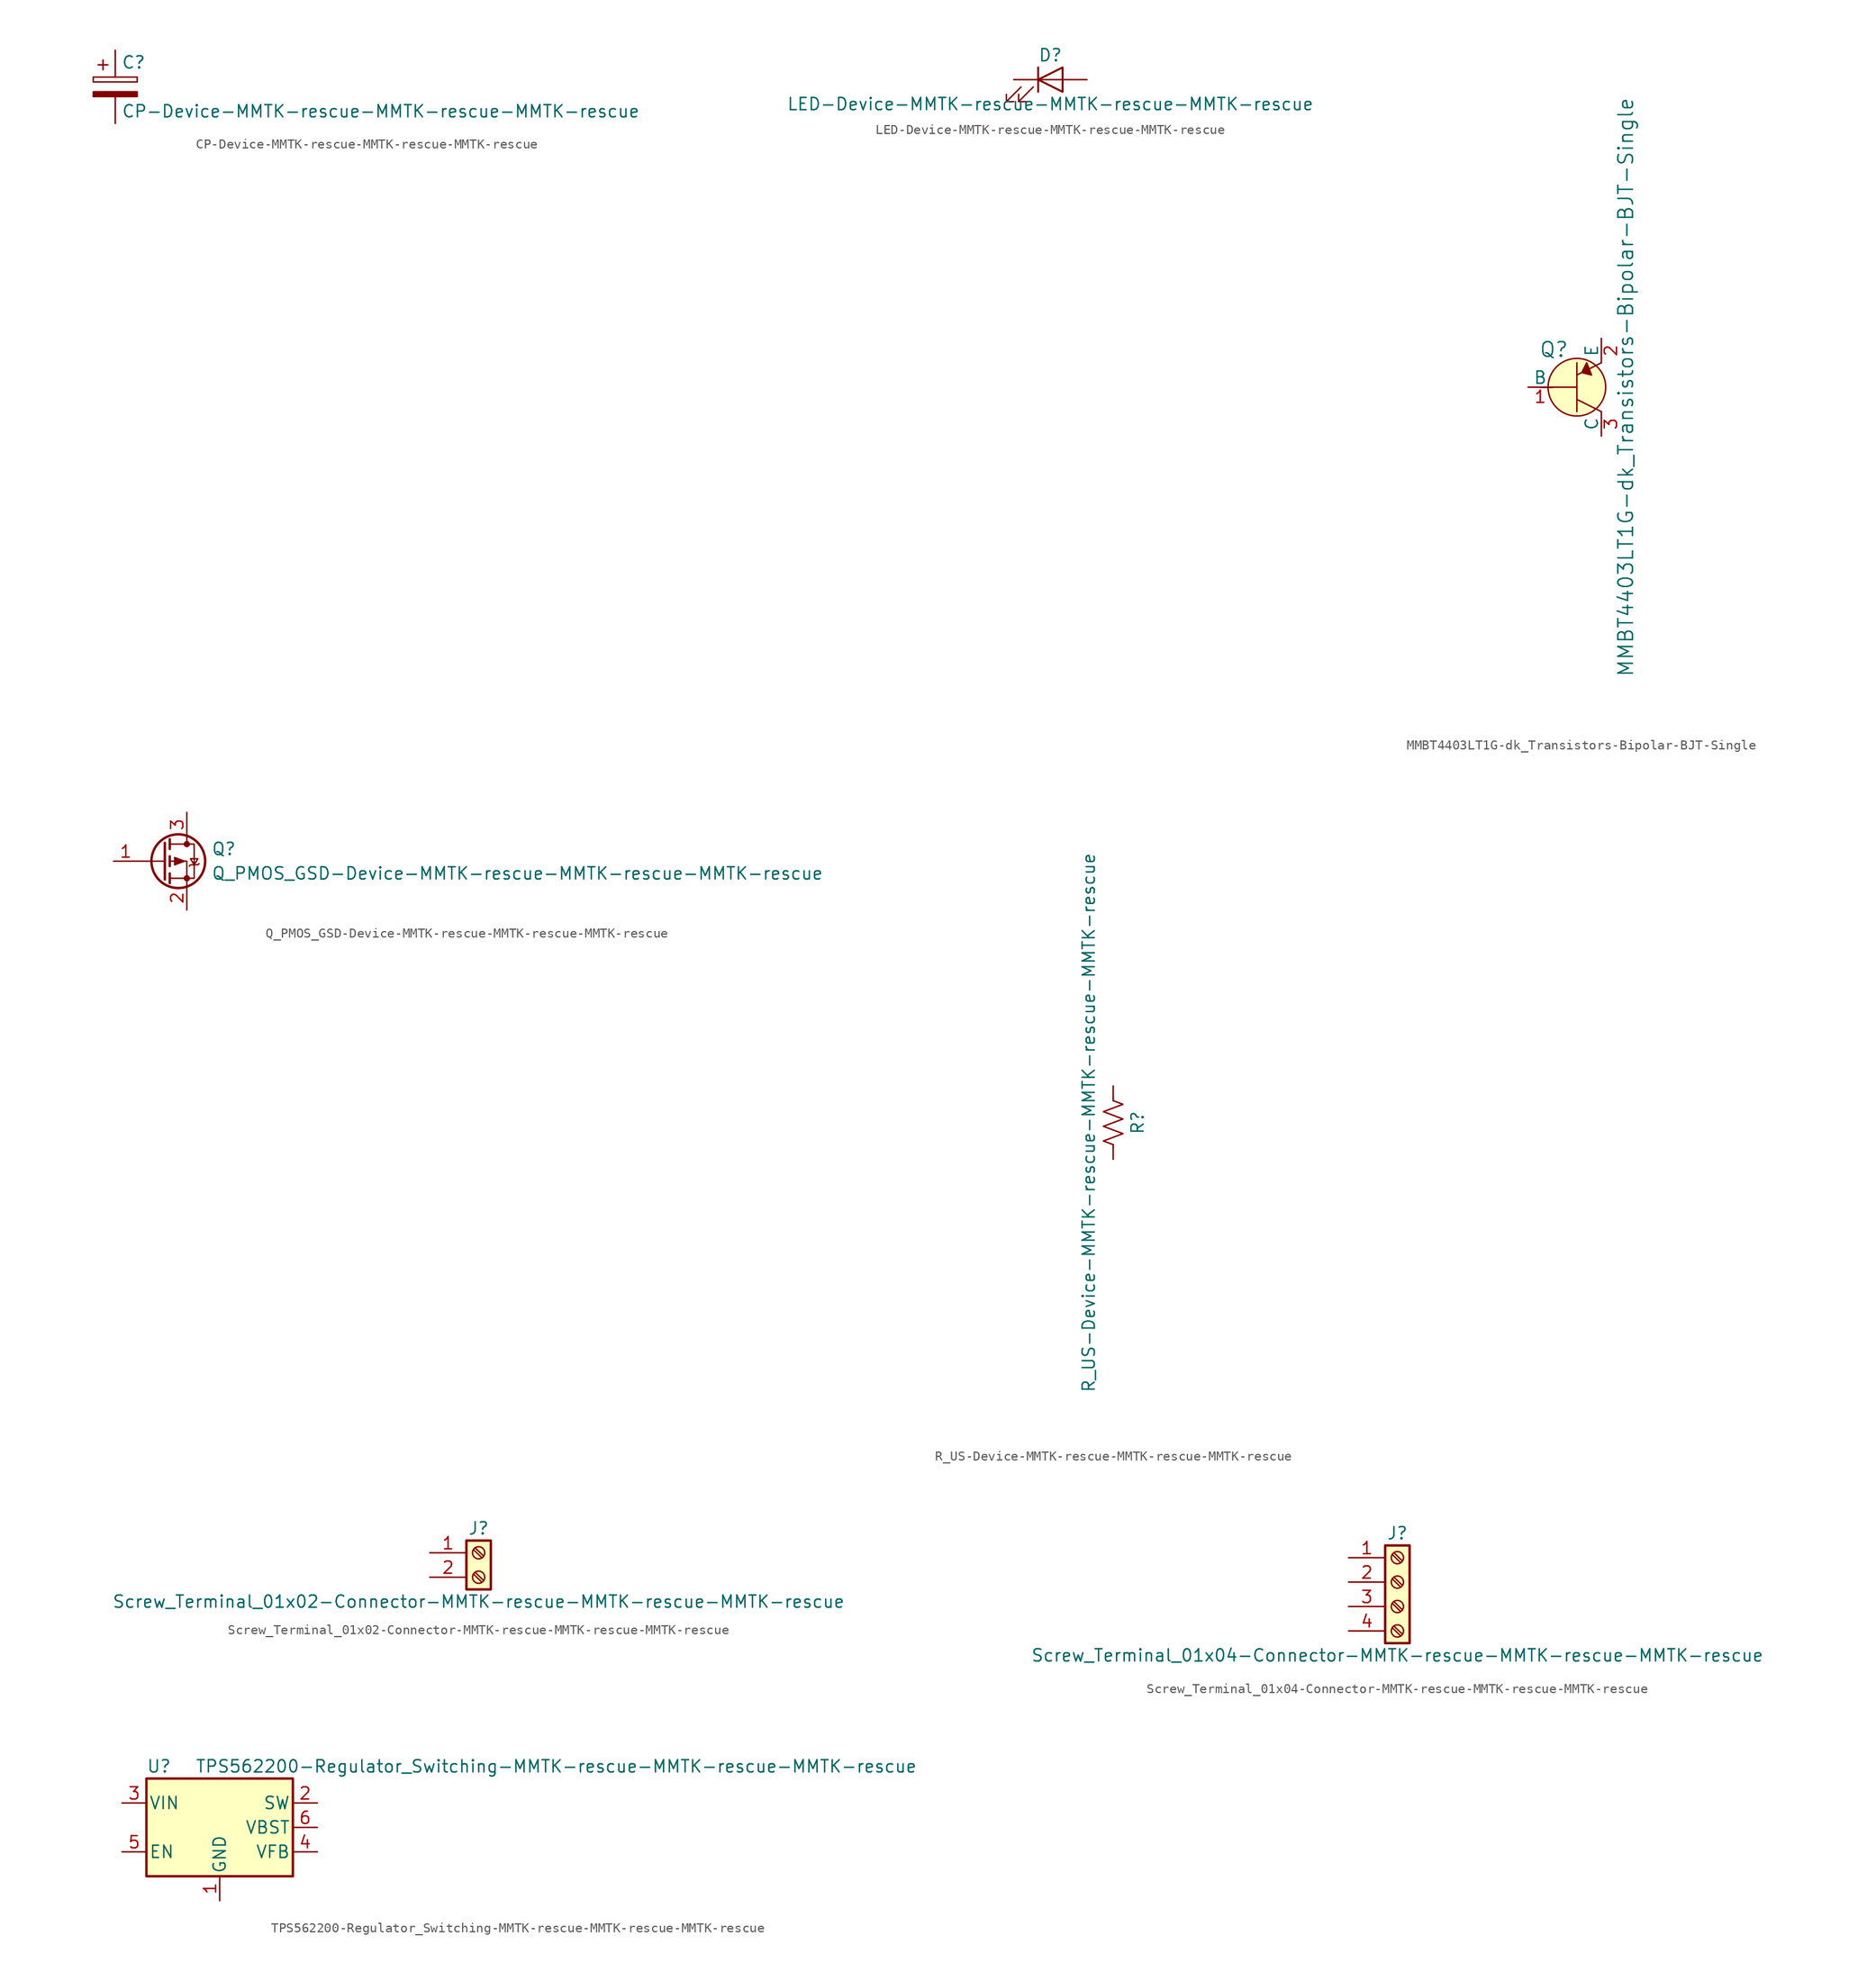
<source format=kicad_sym>
(kicad_symbol_lib
  (version 20211014)
  (generator kicad_symbol_editor)
  (symbol "CP-Device-MMTK-rescue-MMTK-rescue-MMTK-rescue"
    (pin_numbers hide)
    (pin_names
      (offset 0.254))
    (property "Reference" "C"
      (at 0.635 2.54 0)
      (effects (font (size 1.27 1.27)) (justify left)))
    (property "Value" "CP-Device-MMTK-rescue-MMTK-rescue-MMTK-rescue"
      (at 0.635 -2.54 0)
      (effects (font (size 1.27 1.27)) (justify left)))
    (symbol "CP-Device-MMTK-rescue-MMTK-rescue-MMTK-rescue_0_1"
      (rectangle (start -2.286 0.508) (end 2.286 1.016) (stroke (width 0) (type default) (color 0 0 0 0)) (fill (type none)))
      (polyline (pts (xy -1.778 2.286) (xy -0.762 2.286)) (stroke (width 0) (type default) (color 0 0 0 0)) (fill (type none)))
      (polyline (pts (xy -1.27 2.794) (xy -1.27 1.778)) (stroke (width 0) (type default) (color 0 0 0 0)) (fill (type none)))
      (rectangle (start 2.286 -0.508) (end -2.286 -1.016) (stroke (width 0) (type default) (color 0 0 0 0)) (fill (type outline))))
    (symbol "CP-Device-MMTK-rescue-MMTK-rescue-MMTK-rescue_1_1"
      (pin passive line (at 0 3.81 270) (length 2.794) (name "~" (effects (font (size 1.27 1.27)))) (number "1" (effects (font (size 1.27 1.27)))))
      (pin passive line (at 0 -3.81 90) (length 2.794) (name "~" (effects (font (size 1.27 1.27)))) (number "2" (effects (font (size 1.27 1.27)))))))
  (symbol "LED-Device-MMTK-rescue-MMTK-rescue-MMTK-rescue"
    (pin_numbers hide)
    (pin_names
      (offset 1.016) hide)
    (property "Reference" "D"
      (at 0 2.54 0)
      (effects (font (size 1.27 1.27))))
    (property "Value" "LED-Device-MMTK-rescue-MMTK-rescue-MMTK-rescue"
      (at 0 -2.54 0)
      (effects (font (size 1.27 1.27))))
    (symbol "LED-Device-MMTK-rescue-MMTK-rescue-MMTK-rescue_0_1"
      (polyline (pts (xy -1.27 -1.27) (xy -1.27 1.27)) (stroke (width 0.203) (type default) (color 0 0 0 0)) (fill (type none)))
      (polyline (pts (xy -1.27 0) (xy 1.27 0)) (stroke (width 0) (type default) (color 0 0 0 0)) (fill (type none)))
      (polyline (pts (xy 1.27 -1.27) (xy 1.27 1.27) (xy -1.27 0) (xy 1.27 -1.27)) (stroke (width 0.203) (type default) (color 0 0 0 0)) (fill (type none)))
      (polyline (pts (xy -3.048 -0.762) (xy -4.572 -2.286) (xy -3.81 -2.286) (xy -4.572 -2.286) (xy -4.572 -1.524)) (stroke (width 0) (type default) (color 0 0 0 0)) (fill (type none)))
      (polyline (pts (xy -1.778 -0.762) (xy -3.302 -2.286) (xy -2.54 -2.286) (xy -3.302 -2.286) (xy -3.302 -1.524)) (stroke (width 0) (type default) (color 0 0 0 0)) (fill (type none))))
    (symbol "LED-Device-MMTK-rescue-MMTK-rescue-MMTK-rescue_1_1"
      (pin passive line (at -3.81 0 0) (length 2.54) (name "K" (effects (font (size 1.27 1.27)))) (number "1" (effects (font (size 1.27 1.27)))))
      (pin passive line (at 3.81 0 180) (length 2.54) (name "A" (effects (font (size 1.27 1.27)))) (number "2" (effects (font (size 1.27 1.27)))))))
  (symbol "MMBT4403LT1G-dk_Transistors-Bipolar-BJT-Single"
    (pin_names
      (offset 0))
    (property "Reference" "Q"
      (at -2.388 3.912 0)
      (effects (font (size 1.524 1.524))))
    (property "Value" "MMBT4403LT1G-dk_Transistors-Bipolar-BJT-Single"
      (at 5.08 0 90)
      (effects (font (size 1.524 1.524))))
    (symbol "MMBT4403LT1G-dk_Transistors-Bipolar-BJT-Single_0_1"
      (polyline (pts (xy -3.81 0) (xy -2.54 0)) (stroke (width 0) (type default) (color 0 0 0 0)) (fill (type none)))
      (polyline (pts (xy -3.556 0) (xy 0 0)) (stroke (width 0) (type default) (color 0 0 0 0)) (fill (type none)))
      (polyline (pts (xy 0 -1.27) (xy 2.54 -2.54)) (stroke (width 0) (type default) (color 0 0 0 0)) (fill (type none)))
      (polyline (pts (xy 0 1.27) (xy 2.54 2.54)) (stroke (width 0) (type default) (color 0 0 0 0)) (fill (type none)))
      (polyline (pts (xy 0 2.54) (xy 0 -2.54)) (stroke (width 0) (type default) (color 0 0 0 0)) (fill (type none)))
      (polyline (pts (xy 1.016 2.54) (xy 0.508 1.524) (xy 1.524 1.27) (xy 1.016 2.54)) (stroke (width 0) (type default) (color 0 0 0 0)) (fill (type outline)))
      (circle (center 0 0) (radius 2.997) (stroke (width 0) (type default) (color 0 0 0 0)) (fill (type background))))
    (symbol "MMBT4403LT1G-dk_Transistors-Bipolar-BJT-Single_1_1"
      (pin input line (at -5.08 0 0) (length 2.54) (name "B" (effects (font (size 1.27 1.27)))) (number "1" (effects (font (size 1.27 1.27)))))
      (pin passive line (at 2.54 5.08 270) (length 2.54) (name "E" (effects (font (size 1.27 1.27)))) (number "2" (effects (font (size 1.27 1.27)))))
      (pin passive line (at 2.54 -5.08 90) (length 2.54) (name "C" (effects (font (size 1.27 1.27)))) (number "3" (effects (font (size 1.27 1.27)))))))
  (symbol "Q_PMOS_GSD-Device-MMTK-rescue-MMTK-rescue-MMTK-rescue"
    (pin_names
      (offset 0) hide)
    (property "Reference" "Q"
      (at 5.08 1.27 0)
      (effects (font (size 1.27 1.27)) (justify left)))
    (property "Value" "Q_PMOS_GSD-Device-MMTK-rescue-MMTK-rescue-MMTK-rescue"
      (at 5.08 -1.27 0)
      (effects (font (size 1.27 1.27)) (justify left)))
    (symbol "Q_PMOS_GSD-Device-MMTK-rescue-MMTK-rescue-MMTK-rescue_0_1"
      (polyline (pts (xy 0.254 0) (xy -2.54 0)) (stroke (width 0) (type default) (color 0 0 0 0)) (fill (type none)))
      (polyline (pts (xy 0.254 1.905) (xy 0.254 -1.905)) (stroke (width 0.254) (type default) (color 0 0 0 0)) (fill (type none)))
      (polyline (pts (xy 0.762 -1.27) (xy 0.762 -2.286)) (stroke (width 0.254) (type default) (color 0 0 0 0)) (fill (type none)))
      (polyline (pts (xy 0.762 0.508) (xy 0.762 -0.508)) (stroke (width 0.254) (type default) (color 0 0 0 0)) (fill (type none)))
      (polyline (pts (xy 0.762 2.286) (xy 0.762 1.27)) (stroke (width 0.254) (type default) (color 0 0 0 0)) (fill (type none)))
      (polyline (pts (xy 2.54 2.54) (xy 2.54 1.778)) (stroke (width 0) (type default) (color 0 0 0 0)) (fill (type none)))
      (polyline (pts (xy 2.54 -2.54) (xy 2.54 0) (xy 0.762 0)) (stroke (width 0) (type default) (color 0 0 0 0)) (fill (type none)))
      (polyline (pts (xy 0.762 1.778) (xy 3.302 1.778) (xy 3.302 -1.778) (xy 0.762 -1.778)) (stroke (width 0) (type default) (color 0 0 0 0)) (fill (type none)))
      (polyline (pts (xy 2.286 0) (xy 1.27 0.381) (xy 1.27 -0.381) (xy 2.286 0)) (stroke (width 0) (type default) (color 0 0 0 0)) (fill (type outline)))
      (polyline (pts (xy 2.794 -0.508) (xy 2.921 -0.381) (xy 3.683 -0.381) (xy 3.81 -0.254)) (stroke (width 0) (type default) (color 0 0 0 0)) (fill (type none)))
      (polyline (pts (xy 3.302 -0.381) (xy 2.921 0.254) (xy 3.683 0.254) (xy 3.302 -0.381)) (stroke (width 0) (type default) (color 0 0 0 0)) (fill (type none)))
      (circle (center 1.651 0) (radius 2.794) (stroke (width 0.254) (type default) (color 0 0 0 0)) (fill (type none)))
      (circle (center 2.54 -1.778) (radius 0.254) (stroke (width 0) (type default) (color 0 0 0 0)) (fill (type outline)))
      (circle (center 2.54 1.778) (radius 0.254) (stroke (width 0) (type default) (color 0 0 0 0)) (fill (type outline))))
    (symbol "Q_PMOS_GSD-Device-MMTK-rescue-MMTK-rescue-MMTK-rescue_1_1"
      (pin input line (at -5.08 0 0) (length 2.54) (name "G" (effects (font (size 1.27 1.27)))) (number "1" (effects (font (size 1.27 1.27)))))
      (pin passive line (at 2.54 -5.08 90) (length 2.54) (name "S" (effects (font (size 1.27 1.27)))) (number "2" (effects (font (size 1.27 1.27)))))
      (pin passive line (at 2.54 5.08 270) (length 2.54) (name "D" (effects (font (size 1.27 1.27)))) (number "3" (effects (font (size 1.27 1.27)))))))
  (symbol "R_US-Device-MMTK-rescue-MMTK-rescue-MMTK-rescue"
    (pin_numbers hide)
    (pin_names
      (offset 0))
    (property "Reference" "R"
      (at 2.54 0 90)
      (effects (font (size 1.27 1.27))))
    (property "Value" "R_US-Device-MMTK-rescue-MMTK-rescue-MMTK-rescue"
      (at -2.54 0 90)
      (effects (font (size 1.27 1.27))))
    (symbol "R_US-Device-MMTK-rescue-MMTK-rescue-MMTK-rescue_0_1"
      (polyline (pts (xy 0 -2.286) (xy 0 -2.54)) (stroke (width 0) (type default) (color 0 0 0 0)) (fill (type none)))
      (polyline (pts (xy 0 2.286) (xy 0 2.54)) (stroke (width 0) (type default) (color 0 0 0 0)) (fill (type none)))
      (polyline (pts (xy 0 -0.762) (xy 1.016 -1.143) (xy 0 -1.524) (xy -1.016 -1.905) (xy 0 -2.286)) (stroke (width 0) (type default) (color 0 0 0 0)) (fill (type none)))
      (polyline (pts (xy 0 0.762) (xy 1.016 0.381) (xy 0 0) (xy -1.016 -0.381) (xy 0 -0.762)) (stroke (width 0) (type default) (color 0 0 0 0)) (fill (type none)))
      (polyline (pts (xy 0 2.286) (xy 1.016 1.905) (xy 0 1.524) (xy -1.016 1.143) (xy 0 0.762)) (stroke (width 0) (type default) (color 0 0 0 0)) (fill (type none))))
    (symbol "R_US-Device-MMTK-rescue-MMTK-rescue-MMTK-rescue_1_1"
      (pin passive line (at 0 3.81 270) (length 1.27) (name "~" (effects (font (size 1.27 1.27)))) (number "1" (effects (font (size 1.27 1.27)))))
      (pin passive line (at 0 -3.81 90) (length 1.27) (name "~" (effects (font (size 1.27 1.27)))) (number "2" (effects (font (size 1.27 1.27)))))))
  (symbol "Screw_Terminal_01x02-Connector-MMTK-rescue-MMTK-rescue-MMTK-rescue"
    (pin_names
      (offset 1.016) hide)
    (property "Reference" "J"
      (at 0 2.54 0)
      (effects (font (size 1.27 1.27))))
    (property "Value" "Screw_Terminal_01x02-Connector-MMTK-rescue-MMTK-rescue-MMTK-rescue"
      (at 0 -5.08 0)
      (effects (font (size 1.27 1.27))))
    (symbol "Screw_Terminal_01x02-Connector-MMTK-rescue-MMTK-rescue-MMTK-rescue_1_1"
      (rectangle (start -1.27 1.27) (end 1.27 -3.81) (stroke (width 0.254) (type default) (color 0 0 0 0)) (fill (type background)))
      (circle (center 0 -2.54) (radius 0.635) (stroke (width 0.152) (type default) (color 0 0 0 0)) (fill (type none)))
      (polyline (pts (xy -0.533 -2.21) (xy 0.33 -3.048)) (stroke (width 0.152) (type default) (color 0 0 0 0)) (fill (type none)))
      (polyline (pts (xy -0.533 0.33) (xy 0.33 -0.508)) (stroke (width 0.152) (type default) (color 0 0 0 0)) (fill (type none)))
      (polyline (pts (xy -0.356 -2.032) (xy 0.508 -2.87)) (stroke (width 0.152) (type default) (color 0 0 0 0)) (fill (type none)))
      (polyline (pts (xy -0.356 0.508) (xy 0.508 -0.33)) (stroke (width 0.152) (type default) (color 0 0 0 0)) (fill (type none)))
      (circle (center 0 0) (radius 0.635) (stroke (width 0.152) (type default) (color 0 0 0 0)) (fill (type none)))
      (pin passive line (at -5.08 0 0) (length 3.81) (name "Pin_1" (effects (font (size 1.27 1.27)))) (number "1" (effects (font (size 1.27 1.27)))))
      (pin passive line (at -5.08 -2.54 0) (length 3.81) (name "Pin_2" (effects (font (size 1.27 1.27)))) (number "2" (effects (font (size 1.27 1.27)))))))
  (symbol "Screw_Terminal_01x04-Connector-MMTK-rescue-MMTK-rescue-MMTK-rescue"
    (pin_names
      (offset 1.016) hide)
    (property "Reference" "J"
      (at 0 5.08 0)
      (effects (font (size 1.27 1.27))))
    (property "Value" "Screw_Terminal_01x04-Connector-MMTK-rescue-MMTK-rescue-MMTK-rescue"
      (at 0 -7.62 0)
      (effects (font (size 1.27 1.27))))
    (symbol "Screw_Terminal_01x04-Connector-MMTK-rescue-MMTK-rescue-MMTK-rescue_1_1"
      (rectangle (start -1.27 3.81) (end 1.27 -6.35) (stroke (width 0.254) (type default) (color 0 0 0 0)) (fill (type background)))
      (circle (center 0 -5.08) (radius 0.635) (stroke (width 0.152) (type default) (color 0 0 0 0)) (fill (type none)))
      (circle (center 0 -2.54) (radius 0.635) (stroke (width 0.152) (type default) (color 0 0 0 0)) (fill (type none)))
      (polyline (pts (xy -0.533 -4.75) (xy 0.33 -5.588)) (stroke (width 0.152) (type default) (color 0 0 0 0)) (fill (type none)))
      (polyline (pts (xy -0.533 -2.21) (xy 0.33 -3.048)) (stroke (width 0.152) (type default) (color 0 0 0 0)) (fill (type none)))
      (polyline (pts (xy -0.533 0.33) (xy 0.33 -0.508)) (stroke (width 0.152) (type default) (color 0 0 0 0)) (fill (type none)))
      (polyline (pts (xy -0.533 2.87) (xy 0.33 2.032)) (stroke (width 0.152) (type default) (color 0 0 0 0)) (fill (type none)))
      (polyline (pts (xy -0.356 -4.572) (xy 0.508 -5.41)) (stroke (width 0.152) (type default) (color 0 0 0 0)) (fill (type none)))
      (polyline (pts (xy -0.356 -2.032) (xy 0.508 -2.87)) (stroke (width 0.152) (type default) (color 0 0 0 0)) (fill (type none)))
      (polyline (pts (xy -0.356 0.508) (xy 0.508 -0.33)) (stroke (width 0.152) (type default) (color 0 0 0 0)) (fill (type none)))
      (polyline (pts (xy -0.356 3.048) (xy 0.508 2.21)) (stroke (width 0.152) (type default) (color 0 0 0 0)) (fill (type none)))
      (circle (center 0 0) (radius 0.635) (stroke (width 0.152) (type default) (color 0 0 0 0)) (fill (type none)))
      (circle (center 0 2.54) (radius 0.635) (stroke (width 0.152) (type default) (color 0 0 0 0)) (fill (type none)))
      (pin passive line (at -5.08 2.54 0) (length 3.81) (name "Pin_1" (effects (font (size 1.27 1.27)))) (number "1" (effects (font (size 1.27 1.27)))))
      (pin passive line (at -5.08 0 0) (length 3.81) (name "Pin_2" (effects (font (size 1.27 1.27)))) (number "2" (effects (font (size 1.27 1.27)))))
      (pin passive line (at -5.08 -2.54 0) (length 3.81) (name "Pin_3" (effects (font (size 1.27 1.27)))) (number "3" (effects (font (size 1.27 1.27)))))
      (pin passive line (at -5.08 -5.08 0) (length 3.81) (name "Pin_4" (effects (font (size 1.27 1.27)))) (number "4" (effects (font (size 1.27 1.27)))))))
  (symbol "TPS562200-Regulator_Switching-MMTK-rescue-MMTK-rescue-MMTK-rescue"
    (pin_names
      (offset 0.254))
    (property "Reference" "U"
      (at -7.62 6.35 0)
      (effects (font (size 1.27 1.27)) (justify left)))
    (property "Value" "TPS562200-Regulator_Switching-MMTK-rescue-MMTK-rescue-MMTK-rescue"
      (at -2.54 6.35 0)
      (effects (font (size 1.27 1.27)) (justify left)))
    (symbol "TPS562200-Regulator_Switching-MMTK-rescue-MMTK-rescue-MMTK-rescue_0_1"
      (rectangle (start -7.62 5.08) (end 7.62 -5.08) (stroke (width 0.254) (type default) (color 0 0 0 0)) (fill (type background))))
    (symbol "TPS562200-Regulator_Switching-MMTK-rescue-MMTK-rescue-MMTK-rescue_1_1"
      (pin power_in line (at 0 -7.62 90) (length 2.54) (name "GND" (effects (font (size 1.27 1.27)))) (number "1" (effects (font (size 1.27 1.27)))))
      (pin output line (at 10.16 2.54 180) (length 2.54) (name "SW" (effects (font (size 1.27 1.27)))) (number "2" (effects (font (size 1.27 1.27)))))
      (pin power_in line (at -10.16 2.54 0) (length 2.54) (name "VIN" (effects (font (size 1.27 1.27)))) (number "3" (effects (font (size 1.27 1.27)))))
      (pin input line (at 10.16 -2.54 180) (length 2.54) (name "VFB" (effects (font (size 1.27 1.27)))) (number "4" (effects (font (size 1.27 1.27)))))
      (pin input line (at -10.16 -2.54 0) (length 2.54) (name "EN" (effects (font (size 1.27 1.27)))) (number "5" (effects (font (size 1.27 1.27)))))
      (pin input line (at 10.16 0 180) (length 2.54) (name "VBST" (effects (font (size 1.27 1.27)))) (number "6" (effects (font (size 1.27 1.27))))))))
</source>
